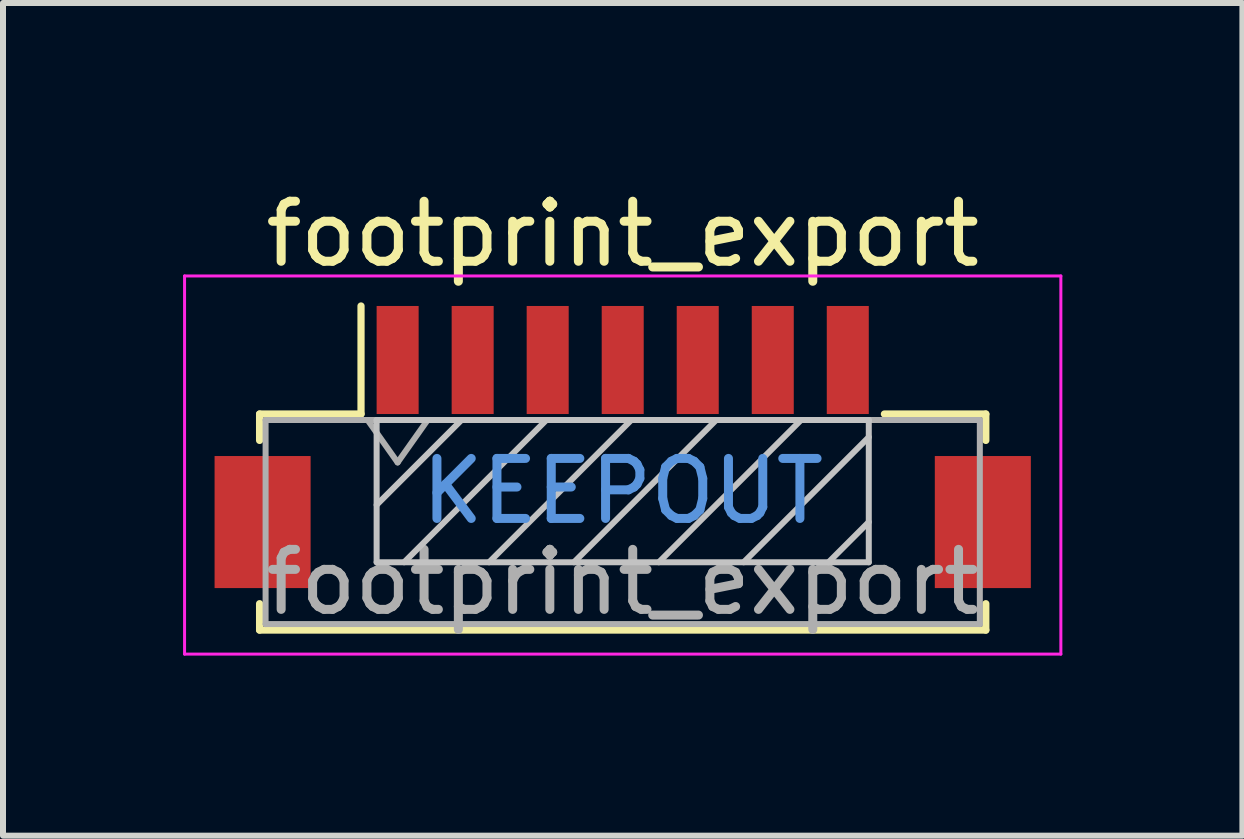
<source format=kicad_pcb>
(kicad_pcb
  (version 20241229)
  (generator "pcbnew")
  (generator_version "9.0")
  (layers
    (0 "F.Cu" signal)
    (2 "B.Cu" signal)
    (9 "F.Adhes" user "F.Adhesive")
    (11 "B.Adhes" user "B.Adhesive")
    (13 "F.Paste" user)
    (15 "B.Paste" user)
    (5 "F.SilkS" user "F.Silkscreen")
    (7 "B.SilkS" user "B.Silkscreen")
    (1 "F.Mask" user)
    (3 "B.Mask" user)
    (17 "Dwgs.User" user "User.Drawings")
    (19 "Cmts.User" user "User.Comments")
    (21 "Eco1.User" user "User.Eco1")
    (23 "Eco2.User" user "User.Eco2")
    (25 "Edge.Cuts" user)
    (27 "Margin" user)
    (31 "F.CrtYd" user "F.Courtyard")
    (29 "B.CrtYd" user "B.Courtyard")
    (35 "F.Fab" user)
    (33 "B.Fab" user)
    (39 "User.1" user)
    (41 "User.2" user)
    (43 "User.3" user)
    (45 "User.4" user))
  (footprint "footprint_export"
    (layer "F.Cu")
    (at 7.325 4.398)
    (property "Reference" "footprint_export" (at 0 -3.55 0) (layer "F.SilkS") (effects (font (size 1 1) (thickness 0.15))))
    (attr smd)
    (fp_line (start -6.05 -0.55) (end -6.05 -0.11) (stroke (width 0.12) (type solid)) (layer "F.SilkS"))
    (fp_line (start -6.05 2.61) (end -6.05 3.05) (stroke (width 0.12) (type solid)) (layer "F.SilkS"))
    (fp_line (start -6.05 3.05) (end 6.05 3.05) (stroke (width 0.12) (type solid)) (layer "F.SilkS"))
    (fp_line (start -4.36 -0.55) (end -6.05 -0.55) (stroke (width 0.12) (type solid)) (layer "F.SilkS"))
    (fp_line (start -4.36 -0.55) (end -4.36 -2.35) (stroke (width 0.12) (type solid)) (layer "F.SilkS"))
    (fp_line (start 4.36 -0.55) (end 6.05 -0.55) (stroke (width 0.12) (type solid)) (layer "F.SilkS"))
    (fp_line (start 6.05 -0.55) (end 6.05 -0.11) (stroke (width 0.12) (type solid)) (layer "F.SilkS"))
    (fp_line (start 6.05 3.05) (end 6.05 2.61) (stroke (width 0.12) (type solid)) (layer "F.SilkS"))
    (fp_line (start -4.1 -0.45) (end -4.1 1.92) (stroke (width 0.1) (type solid)) (layer "Dwgs.User"))
    (fp_line (start -4.1 1.92) (end 4.1 1.92) (stroke (width 0.1) (type solid)) (layer "Dwgs.User"))
    (fp_line (start -2.686 -0.45) (end -4.1 0.964) (stroke (width 0.1) (type solid)) (layer "Dwgs.User"))
    (fp_line (start -1.272 -0.45) (end -3.642 1.92) (stroke (width 0.1) (type solid)) (layer "Dwgs.User"))
    (fp_line (start 0.143 -0.45) (end -2.227 1.92) (stroke (width 0.1) (type solid)) (layer "Dwgs.User"))
    (fp_line (start 1.557 -0.45) (end -0.813 1.92) (stroke (width 0.1) (type solid)) (layer "Dwgs.User"))
    (fp_line (start 2.971 -0.45) (end 0.601 1.92) (stroke (width 0.1) (type solid)) (layer "Dwgs.User"))
    (fp_line (start 4.1 -0.45) (end -4.1 -0.45) (stroke (width 0.1) (type solid)) (layer "Dwgs.User"))
    (fp_line (start 4.1 -0.165) (end 2.015 1.92) (stroke (width 0.1) (type solid)) (layer "Dwgs.User"))
    (fp_line (start 4.1 1.249) (end 3.429 1.92) (stroke (width 0.1) (type solid)) (layer "Dwgs.User"))
    (fp_line (start 4.1 1.92) (end 4.1 -0.45) (stroke (width 0.1) (type solid)) (layer "Dwgs.User"))
    (fp_line (start -7.3 -2.85) (end -7.3 3.45) (stroke (width 0.05) (type solid)) (layer "F.CrtYd"))
    (fp_line (start -7.3 3.45) (end 7.3 3.45) (stroke (width 0.05) (type solid)) (layer "F.CrtYd"))
    (fp_line (start 7.3 -2.85) (end -7.3 -2.85) (stroke (width 0.05) (type solid)) (layer "F.CrtYd"))
    (fp_line (start 7.3 3.45) (end 7.3 -2.85) (stroke (width 0.05) (type solid)) (layer "F.CrtYd"))
    (fp_line (start -5.95 -0.45) (end -5.95 2.95) (stroke (width 0.1) (type solid)) (layer "F.Fab"))
    (fp_line (start -5.95 2.95) (end 5.95 2.95) (stroke (width 0.1) (type solid)) (layer "F.Fab"))
    (fp_line (start -4.25 -0.45) (end -3.75 0.257) (stroke (width 0.1) (type solid)) (layer "F.Fab"))
    (fp_line (start -3.75 0.257) (end -3.25 -0.45) (stroke (width 0.1) (type solid)) (layer "F.Fab"))
    (fp_line (start 5.95 -0.45) (end -5.95 -0.45) (stroke (width 0.1) (type solid)) (layer "F.Fab"))
    (fp_line (start 5.95 2.95) (end 5.95 -0.45) (stroke (width 0.1) (type solid)) (layer "F.Fab"))
    (fp_text user "KEEPOUT" (at 0 0.735 0) (layer "Cmts.User") (effects (font (size 1 1) (thickness 0.15))))
    (fp_text user "${REFERENCE}" (at 0 2.25 0) (layer "F.Fab") (effects (font (size 1 1) (thickness 0.15))))
    (pad "1" smd rect (at -3.75 -1.45) (size 0.7 1.8) (layers "F.Cu" "F.Mask" "F.Paste"))
    (pad "2" smd rect (at -2.5 -1.45) (size 0.7 1.8) (layers "F.Cu" "F.Mask" "F.Paste"))
    (pad "3" smd rect (at -1.25 -1.45) (size 0.7 1.8) (layers "F.Cu" "F.Mask" "F.Paste"))
    (pad "4" smd rect (at 0 -1.45) (size 0.7 1.8) (layers "F.Cu" "F.Mask" "F.Paste"))
    (pad "5" smd rect (at 1.25 -1.45) (size 0.7 1.8) (layers "F.Cu" "F.Mask" "F.Paste"))
    (pad "6" smd rect (at 2.5 -1.45) (size 0.7 1.8) (layers "F.Cu" "F.Mask" "F.Paste"))
    (pad "7" smd rect (at 3.75 -1.45) (size 0.7 1.8) (layers "F.Cu" "F.Mask" "F.Paste"))
    (pad "MP" smd rect (at -6 1.25) (size 1.6 2.2) (layers "F.Cu" "F.Mask" "F.Paste"))
    (pad "MP" smd rect (at 6 1.25) (size 1.6 2.2) (layers "F.Cu" "F.Mask" "F.Paste")))
  (gr_rect
    (start -3 -3)
    (end 17.65 10.873)
    (stroke (width 0.1) (type default))
    (fill no)
    (layer "Edge.Cuts")))
</source>
